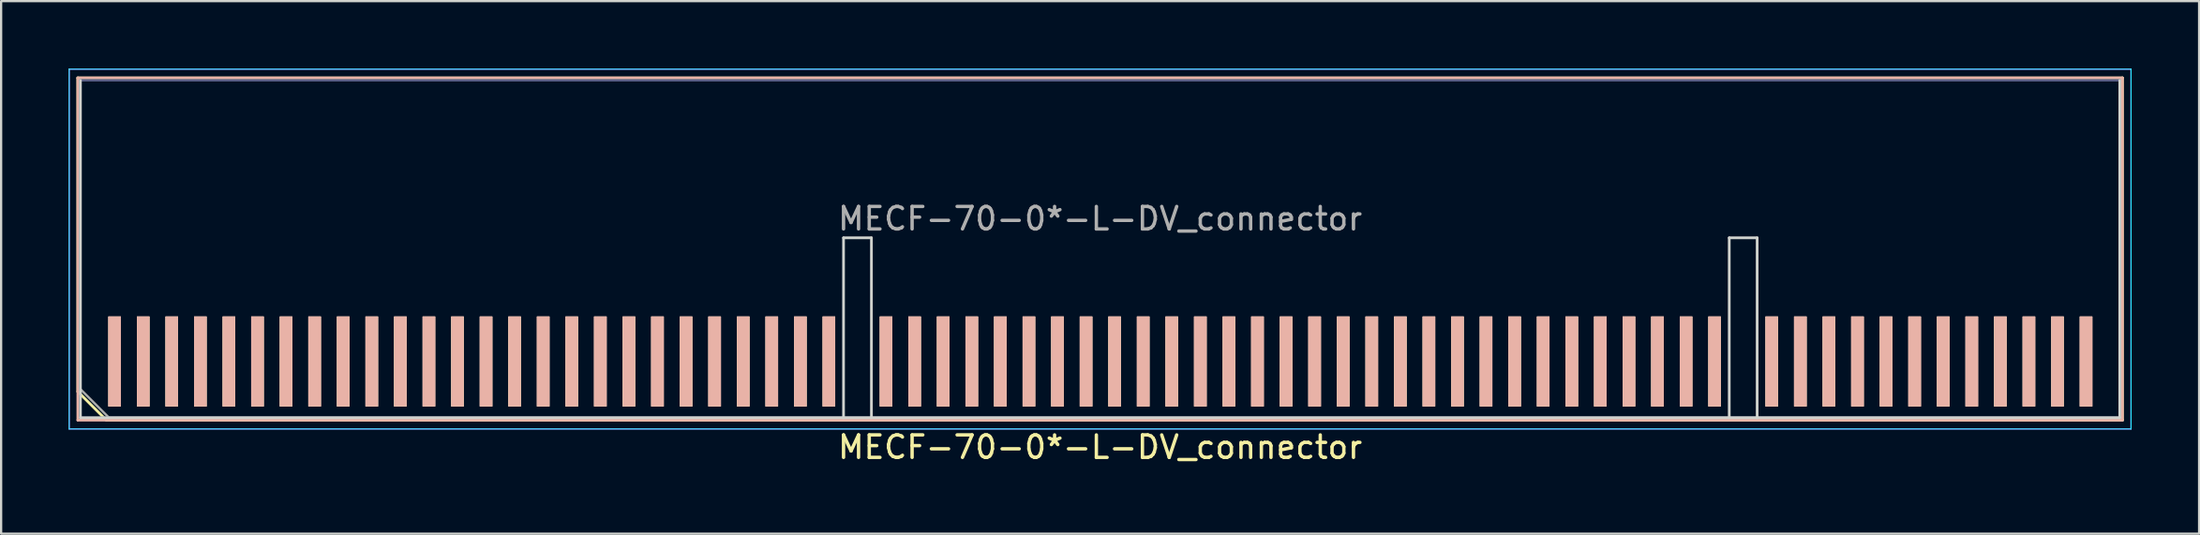
<source format=kicad_pcb>
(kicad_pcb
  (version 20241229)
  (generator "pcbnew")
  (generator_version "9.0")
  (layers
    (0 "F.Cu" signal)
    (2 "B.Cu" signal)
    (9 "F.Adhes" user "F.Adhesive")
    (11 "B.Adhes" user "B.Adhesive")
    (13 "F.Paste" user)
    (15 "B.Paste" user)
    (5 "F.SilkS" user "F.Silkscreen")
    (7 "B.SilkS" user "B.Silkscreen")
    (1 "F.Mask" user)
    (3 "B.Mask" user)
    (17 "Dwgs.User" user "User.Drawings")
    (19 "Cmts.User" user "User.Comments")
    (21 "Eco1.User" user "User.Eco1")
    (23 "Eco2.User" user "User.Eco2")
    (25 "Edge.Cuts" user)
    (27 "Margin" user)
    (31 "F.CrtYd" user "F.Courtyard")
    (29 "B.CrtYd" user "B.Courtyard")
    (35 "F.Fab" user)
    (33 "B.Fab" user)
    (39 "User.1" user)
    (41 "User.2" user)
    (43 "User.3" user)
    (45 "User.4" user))
  (footprint "MECF-70-0*-L-DV_connector"
    (layer "F.Cu")
    (at 45.85 13.025)
    (property "Reference" "MECF-70-0*-L-DV_connector" (at 0 3.81 0) (layer "F.SilkS") (effects (font (size 1 1) (thickness 0.15))))
    (attr smd)
    (fp_line (start -45.44 -12.61) (end 45.44 -12.61) (stroke (width 0.12) (type solid)) (layer "F.SilkS"))
    (fp_line (start -45.44 1.34) (end -45.44 -12.61) (stroke (width 0.12) (type solid)) (layer "F.SilkS"))
    (fp_line (start -44.17 2.61) (end -45.44 1.34) (stroke (width 0.12) (type solid)) (layer "F.SilkS"))
    (fp_line (start -44.17 2.61) (end 45.44 2.61) (stroke (width 0.12) (type solid)) (layer "F.SilkS"))
    (fp_line (start 45.44 2.61) (end 45.44 -12.61) (stroke (width 0.12) (type solid)) (layer "F.SilkS"))
    (fp_line (start -45.44 -12.61) (end 45.44 -12.61) (stroke (width 0.12) (type solid)) (layer "B.SilkS"))
    (fp_line (start -45.44 2.61) (end -45.44 -12.61) (stroke (width 0.12) (type solid)) (layer "B.SilkS"))
    (fp_line (start -45.44 2.61) (end 45.44 2.61) (stroke (width 0.12) (type solid)) (layer "B.SilkS"))
    (fp_line (start 45.44 2.61) (end 45.44 -12.61) (stroke (width 0.12) (type solid)) (layer "B.SilkS"))
    (fp_line (start -45.325 2.5) (end -45.325 -12.5) (stroke (width 0.12) (type solid)) (layer "Edge.Cuts"))
    (fp_line (start -45.325 2.5) (end -11.405 2.5) (stroke (width 0.12) (type solid)) (layer "Edge.Cuts"))
    (fp_line (start -11.405 -5.5) (end -10.165 -5.5) (stroke (width 0.12) (type solid)) (layer "Edge.Cuts"))
    (fp_line (start -11.405 2.5) (end -11.405 -5.5) (stroke (width 0.12) (type solid)) (layer "Edge.Cuts"))
    (fp_line (start -11.405 2.5) (end 29.205 2.5) (stroke (width 0.12) (type solid)) (layer "Edge.Cuts"))
    (fp_line (start -10.165 2.5) (end -10.165 -5.5) (stroke (width 0.12) (type solid)) (layer "Edge.Cuts"))
    (fp_line (start 27.965 -5.5) (end 29.205 -5.5) (stroke (width 0.12) (type solid)) (layer "Edge.Cuts"))
    (fp_line (start 27.965 2.5) (end 27.965 -5.5) (stroke (width 0.12) (type solid)) (layer "Edge.Cuts"))
    (fp_line (start 29.205 2.5) (end 29.205 -5.5) (stroke (width 0.12) (type solid)) (layer "Edge.Cuts"))
    (fp_line (start 29.205 2.5) (end 45.325 2.5) (stroke (width 0.12) (type solid)) (layer "Edge.Cuts"))
    (fp_line (start 45.325 2.5) (end 45.325 -12.5) (stroke (width 0.12) (type solid)) (layer "Edge.Cuts"))
    (fp_line (start -45.825 -13) (end -45.825 3) (stroke (width 0.05) (type solid)) (layer "B.CrtYd"))
    (fp_line (start -45.825 3) (end 45.825 3) (stroke (width 0.05) (type solid)) (layer "B.CrtYd"))
    (fp_line (start 45.825 -13) (end -45.825 -13) (stroke (width 0.05) (type solid)) (layer "B.CrtYd"))
    (fp_line (start 45.825 3) (end 45.825 -13) (stroke (width 0.05) (type solid)) (layer "B.CrtYd"))
    (fp_line (start -45.825 -13) (end -45.825 3) (stroke (width 0.05) (type solid)) (layer "F.CrtYd"))
    (fp_line (start -45.825 3) (end 45.825 3) (stroke (width 0.05) (type solid)) (layer "F.CrtYd"))
    (fp_line (start 45.825 -13) (end -45.825 -13) (stroke (width 0.05) (type solid)) (layer "F.CrtYd"))
    (fp_line (start 45.825 3) (end 45.825 -13) (stroke (width 0.05) (type solid)) (layer "F.CrtYd"))
    (fp_line (start -45.325 -12.5) (end 45.325 -12.5) (stroke (width 0.1) (type solid)) (layer "B.Fab"))
    (fp_line (start -45.325 2.5) (end -45.325 -12.5) (stroke (width 0.1) (type solid)) (layer "B.Fab"))
    (fp_line (start -45.325 2.5) (end 45.325 2.5) (stroke (width 0.1) (type solid)) (layer "B.Fab"))
    (fp_line (start 45.325 2.5) (end 45.325 -12.5) (stroke (width 0.1) (type solid)) (layer "B.Fab"))
    (fp_line (start -45.325 -12.5) (end 45.325 -12.5) (stroke (width 0.1) (type solid)) (layer "F.Fab"))
    (fp_line (start -45.325 1.23) (end -45.325 -12.5) (stroke (width 0.1) (type solid)) (layer "F.Fab"))
    (fp_line (start -45.325 1.23) (end -44.055 2.5) (stroke (width 0.1) (type solid)) (layer "F.Fab"))
    (fp_line (start -44.055 2.5) (end 45.325 2.5) (stroke (width 0.1) (type solid)) (layer "F.Fab"))
    (fp_line (start 45.325 2.5) (end 45.325 -12.5) (stroke (width 0.1) (type solid)) (layer "F.Fab"))
    (fp_text user "${REFERENCE}" (at 0 -6.35 0) (layer "F.Fab") (effects (font (size 1 1) (thickness 0.15))))
    (pad "1" smd rect (at -43.805 0) (size 0.56 4) (layers "F.Cu" "F.Mask" "F.SilkS"))
    (pad "2" smd rect (at -43.805 0) (size 0.56 4) (layers "B.Cu" "B.Mask" "B.SilkS"))
    (pad "3" smd rect (at -42.535 0) (size 0.56 4) (layers "F.Cu" "F.Mask" "F.SilkS"))
    (pad "4" smd rect (at -42.535 0) (size 0.56 4) (layers "B.Cu" "B.Mask" "B.SilkS"))
    (pad "5" smd rect (at -41.265 0) (size 0.56 4) (layers "F.Cu" "F.Mask" "F.SilkS"))
    (pad "6" smd rect (at -41.265 0) (size 0.56 4) (layers "B.Cu" "B.Mask" "B.SilkS"))
    (pad "7" smd rect (at -39.995 0) (size 0.56 4) (layers "F.Cu" "F.Mask" "F.SilkS"))
    (pad "8" smd rect (at -39.995 0) (size 0.56 4) (layers "B.Cu" "B.Mask" "B.SilkS"))
    (pad "9" smd rect (at -38.725 0) (size 0.56 4) (layers "F.Cu" "F.Mask" "F.SilkS"))
    (pad "10" smd rect (at -38.725 0) (size 0.56 4) (layers "B.Cu" "B.Mask" "B.SilkS"))
    (pad "11" smd rect (at -37.455 0) (size 0.56 4) (layers "F.Cu" "F.Mask" "F.SilkS"))
    (pad "12" smd rect (at -37.455 0) (size 0.56 4) (layers "B.Cu" "B.Mask" "B.SilkS"))
    (pad "13" smd rect (at -36.185 0) (size 0.56 4) (layers "F.Cu" "F.Mask" "F.SilkS"))
    (pad "14" smd rect (at -36.185 0) (size 0.56 4) (layers "B.Cu" "B.Mask" "B.SilkS"))
    (pad "15" smd rect (at -34.915 0) (size 0.56 4) (layers "F.Cu" "F.Mask" "F.SilkS"))
    (pad "16" smd rect (at -34.915 0) (size 0.56 4) (layers "B.Cu" "B.Mask" "B.SilkS"))
    (pad "17" smd rect (at -33.645 0) (size 0.56 4) (layers "F.Cu" "F.Mask" "F.SilkS"))
    (pad "18" smd rect (at -33.645 0) (size 0.56 4) (layers "B.Cu" "B.Mask" "B.SilkS"))
    (pad "19" smd rect (at -32.375 0) (size 0.56 4) (layers "F.Cu" "F.Mask" "F.SilkS"))
    (pad "20" smd rect (at -32.375 0) (size 0.56 4) (layers "B.Cu" "B.Mask" "B.SilkS"))
    (pad "21" smd rect (at -31.105 0) (size 0.56 4) (layers "F.Cu" "F.Mask" "F.SilkS"))
    (pad "22" smd rect (at -31.105 0) (size 0.56 4) (layers "B.Cu" "B.Mask" "B.SilkS"))
    (pad "23" smd rect (at -29.835 0) (size 0.56 4) (layers "F.Cu" "F.Mask" "F.SilkS"))
    (pad "24" smd rect (at -29.835 0) (size 0.56 4) (layers "B.Cu" "B.Mask" "B.SilkS"))
    (pad "25" smd rect (at -28.565 0) (size 0.56 4) (layers "F.Cu" "F.Mask" "F.SilkS"))
    (pad "26" smd rect (at -28.565 0) (size 0.56 4) (layers "B.Cu" "B.Mask" "B.SilkS"))
    (pad "27" smd rect (at -27.295 0) (size 0.56 4) (layers "F.Cu" "F.Mask" "F.SilkS"))
    (pad "28" smd rect (at -27.295 0) (size 0.56 4) (layers "B.Cu" "B.Mask" "B.SilkS"))
    (pad "29" smd rect (at -26.025 0) (size 0.56 4) (layers "F.Cu" "F.Mask" "F.SilkS"))
    (pad "30" smd rect (at -26.025 0) (size 0.56 4) (layers "B.Cu" "B.Mask" "B.SilkS"))
    (pad "31" smd rect (at -24.755 0) (size 0.56 4) (layers "F.Cu" "F.Mask" "F.SilkS"))
    (pad "32" smd rect (at -24.755 0) (size 0.56 4) (layers "B.Cu" "B.Mask" "B.SilkS"))
    (pad "33" smd rect (at -23.485 0) (size 0.56 4) (layers "F.Cu" "F.Mask" "F.SilkS"))
    (pad "34" smd rect (at -23.485 0) (size 0.56 4) (layers "B.Cu" "B.Mask" "B.SilkS"))
    (pad "35" smd rect (at -22.215 0) (size 0.56 4) (layers "F.Cu" "F.Mask" "F.SilkS"))
    (pad "36" smd rect (at -22.215 0) (size 0.56 4) (layers "B.Cu" "B.Mask" "B.SilkS"))
    (pad "37" smd rect (at -20.945 0) (size 0.56 4) (layers "F.Cu" "F.Mask" "F.SilkS"))
    (pad "38" smd rect (at -20.945 0) (size 0.56 4) (layers "B.Cu" "B.Mask" "B.SilkS"))
    (pad "39" smd rect (at -19.675 0) (size 0.56 4) (layers "F.Cu" "F.Mask" "F.SilkS"))
    (pad "40" smd rect (at -19.675 0) (size 0.56 4) (layers "B.Cu" "B.Mask" "B.SilkS"))
    (pad "41" smd rect (at -18.405 0) (size 0.56 4) (layers "F.Cu" "F.Mask" "F.SilkS"))
    (pad "42" smd rect (at -18.405 0) (size 0.56 4) (layers "B.Cu" "B.Mask" "B.SilkS"))
    (pad "43" smd rect (at -17.135 0) (size 0.56 4) (layers "F.Cu" "F.Mask" "F.SilkS"))
    (pad "44" smd rect (at -17.135 0) (size 0.56 4) (layers "B.Cu" "B.Mask" "B.SilkS"))
    (pad "45" smd rect (at -15.865 0) (size 0.56 4) (layers "F.Cu" "F.Mask" "F.SilkS"))
    (pad "46" smd rect (at -15.865 0) (size 0.56 4) (layers "B.Cu" "B.Mask" "B.SilkS"))
    (pad "47" smd rect (at -14.595 0) (size 0.56 4) (layers "F.Cu" "F.Mask" "F.SilkS"))
    (pad "48" smd rect (at -14.595 0) (size 0.56 4) (layers "B.Cu" "B.Mask" "B.SilkS"))
    (pad "49" smd rect (at -13.325 0) (size 0.56 4) (layers "F.Cu" "F.Mask" "F.SilkS"))
    (pad "50" smd rect (at -13.325 0) (size 0.56 4) (layers "B.Cu" "B.Mask" "B.SilkS"))
    (pad "51" smd rect (at -12.055 0) (size 0.56 4) (layers "F.Cu" "F.Mask" "F.SilkS"))
    (pad "52" smd rect (at -12.055 0) (size 0.56 4) (layers "B.Cu" "B.Mask" "B.SilkS"))
    (pad "55" smd rect (at -9.515 0) (size 0.56 4) (layers "F.Cu" "F.Mask" "F.SilkS"))
    (pad "56" smd rect (at -9.515 0) (size 0.56 4) (layers "B.Cu" "B.Mask" "B.SilkS"))
    (pad "57" smd rect (at -8.245 0) (size 0.56 4) (layers "F.Cu" "F.Mask" "F.SilkS"))
    (pad "58" smd rect (at -8.245 0) (size 0.56 4) (layers "B.Cu" "B.Mask" "B.SilkS"))
    (pad "59" smd rect (at -6.975 0) (size 0.56 4) (layers "F.Cu" "F.Mask" "F.SilkS"))
    (pad "60" smd rect (at -6.975 0) (size 0.56 4) (layers "B.Cu" "B.Mask" "B.SilkS"))
    (pad "61" smd rect (at -5.705 0) (size 0.56 4) (layers "F.Cu" "F.Mask" "F.SilkS"))
    (pad "62" smd rect (at -5.705 0) (size 0.56 4) (layers "B.Cu" "B.Mask" "B.SilkS"))
    (pad "63" smd rect (at -4.435 0) (size 0.56 4) (layers "F.Cu" "F.Mask" "F.SilkS"))
    (pad "64" smd rect (at -4.435 0) (size 0.56 4) (layers "B.Cu" "B.Mask" "B.SilkS"))
    (pad "65" smd rect (at -3.165 0) (size 0.56 4) (layers "F.Cu" "F.Mask" "F.SilkS"))
    (pad "66" smd rect (at -3.165 0) (size 0.56 4) (layers "B.Cu" "B.Mask" "B.SilkS"))
    (pad "67" smd rect (at -1.895 0) (size 0.56 4) (layers "F.Cu" "F.Mask" "F.SilkS"))
    (pad "68" smd rect (at -1.895 0) (size 0.56 4) (layers "B.Cu" "B.Mask" "B.SilkS"))
    (pad "69" smd rect (at -0.625 0) (size 0.56 4) (layers "F.Cu" "F.Mask" "F.SilkS"))
    (pad "70" smd rect (at -0.625 0) (size 0.56 4) (layers "B.Cu" "B.Mask" "B.SilkS"))
    (pad "71" smd rect (at 0.645 0) (size 0.56 4) (layers "F.Cu" "F.Mask" "F.SilkS"))
    (pad "72" smd rect (at 0.645 0) (size 0.56 4) (layers "B.Cu" "B.Mask" "B.SilkS"))
    (pad "73" smd rect (at 1.915 0) (size 0.56 4) (layers "F.Cu" "F.Mask" "F.SilkS"))
    (pad "74" smd rect (at 1.915 0) (size 0.56 4) (layers "B.Cu" "B.Mask" "B.SilkS"))
    (pad "75" smd rect (at 3.185 0) (size 0.56 4) (layers "F.Cu" "F.Mask" "F.SilkS"))
    (pad "76" smd rect (at 3.185 0) (size 0.56 4) (layers "B.Cu" "B.Mask" "B.SilkS"))
    (pad "77" smd rect (at 4.455 0) (size 0.56 4) (layers "F.Cu" "F.Mask" "F.SilkS"))
    (pad "78" smd rect (at 4.455 0) (size 0.56 4) (layers "B.Cu" "B.Mask" "B.SilkS"))
    (pad "79" smd rect (at 5.725 0) (size 0.56 4) (layers "F.Cu" "F.Mask" "F.SilkS"))
    (pad "80" smd rect (at 5.725 0) (size 0.56 4) (layers "B.Cu" "B.Mask" "B.SilkS"))
    (pad "81" smd rect (at 6.995 0) (size 0.56 4) (layers "F.Cu" "F.Mask" "F.SilkS"))
    (pad "82" smd rect (at 6.995 0) (size 0.56 4) (layers "B.Cu" "B.Mask" "B.SilkS"))
    (pad "83" smd rect (at 8.265 0) (size 0.56 4) (layers "F.Cu" "F.Mask" "F.SilkS"))
    (pad "84" smd rect (at 8.265 0) (size 0.56 4) (layers "B.Cu" "B.Mask" "B.SilkS"))
    (pad "85" smd rect (at 9.535 0) (size 0.56 4) (layers "F.Cu" "F.Mask" "F.SilkS"))
    (pad "86" smd rect (at 9.535 0) (size 0.56 4) (layers "B.Cu" "B.Mask" "B.SilkS"))
    (pad "87" smd rect (at 10.805 0) (size 0.56 4) (layers "F.Cu" "F.Mask" "F.SilkS"))
    (pad "88" smd rect (at 10.805 0) (size 0.56 4) (layers "B.Cu" "B.Mask" "B.SilkS"))
    (pad "89" smd rect (at 12.075 0) (size 0.56 4) (layers "F.Cu" "F.Mask" "F.SilkS"))
    (pad "90" smd rect (at 12.075 0) (size 0.56 4) (layers "B.Cu" "B.Mask" "B.SilkS"))
    (pad "91" smd rect (at 13.345 0) (size 0.56 4) (layers "F.Cu" "F.Mask" "F.SilkS"))
    (pad "92" smd rect (at 13.345 0) (size 0.56 4) (layers "B.Cu" "B.Mask" "B.SilkS"))
    (pad "93" smd rect (at 14.615 0) (size 0.56 4) (layers "F.Cu" "F.Mask" "F.SilkS"))
    (pad "94" smd rect (at 14.615 0) (size 0.56 4) (layers "B.Cu" "B.Mask" "B.SilkS"))
    (pad "95" smd rect (at 15.885 0) (size 0.56 4) (layers "F.Cu" "F.Mask" "F.SilkS"))
    (pad "96" smd rect (at 15.885 0) (size 0.56 4) (layers "B.Cu" "B.Mask" "B.SilkS"))
    (pad "97" smd rect (at 17.155 0) (size 0.56 4) (layers "F.Cu" "F.Mask" "F.SilkS"))
    (pad "98" smd rect (at 17.155 0) (size 0.56 4) (layers "B.Cu" "B.Mask" "B.SilkS"))
    (pad "99" smd rect (at 18.425 0) (size 0.56 4) (layers "F.Cu" "F.Mask" "F.SilkS"))
    (pad "100" smd rect (at 18.425 0) (size 0.56 4) (layers "B.Cu" "B.Mask" "B.SilkS"))
    (pad "101" smd rect (at 19.695 0) (size 0.56 4) (layers "F.Cu" "F.Mask" "F.SilkS"))
    (pad "102" smd rect (at 19.695 0) (size 0.56 4) (layers "B.Cu" "B.Mask" "B.SilkS"))
    (pad "103" smd rect (at 20.965 0) (size 0.56 4) (layers "F.Cu" "F.Mask" "F.SilkS"))
    (pad "104" smd rect (at 20.965 0) (size 0.56 4) (layers "B.Cu" "B.Mask" "B.SilkS"))
    (pad "105" smd rect (at 22.235 0) (size 0.56 4) (layers "F.Cu" "F.Mask" "F.SilkS"))
    (pad "106" smd rect (at 22.235 0) (size 0.56 4) (layers "B.Cu" "B.Mask" "B.SilkS"))
    (pad "107" smd rect (at 23.505 0) (size 0.56 4) (layers "F.Cu" "F.Mask" "F.SilkS"))
    (pad "108" smd rect (at 23.505 0) (size 0.56 4) (layers "B.Cu" "B.Mask" "B.SilkS"))
    (pad "109" smd rect (at 24.775 0) (size 0.56 4) (layers "F.Cu" "F.Mask" "F.SilkS"))
    (pad "110" smd rect (at 24.775 0) (size 0.56 4) (layers "B.Cu" "B.Mask" "B.SilkS"))
    (pad "111" smd rect (at 26.045 0) (size 0.56 4) (layers "F.Cu" "F.Mask" "F.SilkS"))
    (pad "112" smd rect (at 26.045 0) (size 0.56 4) (layers "B.Cu" "B.Mask" "B.SilkS"))
    (pad "113" smd rect (at 27.315 0) (size 0.56 4) (layers "F.Cu" "F.Mask" "F.SilkS"))
    (pad "114" smd rect (at 27.315 0) (size 0.56 4) (layers "B.Cu" "B.Mask" "B.SilkS"))
    (pad "117" smd rect (at 29.855 0) (size 0.56 4) (layers "F.Cu" "F.Mask" "F.SilkS"))
    (pad "118" smd rect (at 29.855 0) (size 0.56 4) (layers "B.Cu" "B.Mask" "B.SilkS"))
    (pad "119" smd rect (at 31.125 0) (size 0.56 4) (layers "F.Cu" "F.Mask" "F.SilkS"))
    (pad "120" smd rect (at 31.125 0) (size 0.56 4) (layers "B.Cu" "B.Mask" "B.SilkS"))
    (pad "121" smd rect (at 32.395 0) (size 0.56 4) (layers "F.Cu" "F.Mask" "F.SilkS"))
    (pad "122" smd rect (at 32.395 0) (size 0.56 4) (layers "B.Cu" "B.Mask" "B.SilkS"))
    (pad "123" smd rect (at 33.665 0) (size 0.56 4) (layers "F.Cu" "F.Mask" "F.SilkS"))
    (pad "124" smd rect (at 33.665 0) (size 0.56 4) (layers "B.Cu" "B.Mask" "B.SilkS"))
    (pad "125" smd rect (at 34.935 0) (size 0.56 4) (layers "F.Cu" "F.Mask" "F.SilkS"))
    (pad "126" smd rect (at 34.935 0) (size 0.56 4) (layers "B.Cu" "B.Mask" "B.SilkS"))
    (pad "127" smd rect (at 36.205 0) (size 0.56 4) (layers "F.Cu" "F.Mask" "F.SilkS"))
    (pad "128" smd rect (at 36.205 0) (size 0.56 4) (layers "B.Cu" "B.Mask" "B.SilkS"))
    (pad "129" smd rect (at 37.475 0) (size 0.56 4) (layers "F.Cu" "F.Mask" "F.SilkS"))
    (pad "130" smd rect (at 37.475 0) (size 0.56 4) (layers "B.Cu" "B.Mask" "B.SilkS"))
    (pad "131" smd rect (at 38.745 0) (size 0.56 4) (layers "F.Cu" "F.Mask" "F.SilkS"))
    (pad "132" smd rect (at 38.745 0) (size 0.56 4) (layers "B.Cu" "B.Mask" "B.SilkS"))
    (pad "133" smd rect (at 40.015 0) (size 0.56 4) (layers "F.Cu" "F.Mask" "F.SilkS"))
    (pad "134" smd rect (at 40.015 0) (size 0.56 4) (layers "B.Cu" "B.Mask" "B.SilkS"))
    (pad "135" smd rect (at 41.285 0) (size 0.56 4) (layers "F.Cu" "F.Mask" "F.SilkS"))
    (pad "136" smd rect (at 41.285 0) (size 0.56 4) (layers "B.Cu" "B.Mask" "B.SilkS"))
    (pad "137" smd rect (at 42.555 0) (size 0.56 4) (layers "F.Cu" "F.Mask" "F.SilkS"))
    (pad "138" smd rect (at 42.555 0) (size 0.56 4) (layers "B.Cu" "B.Mask" "B.SilkS"))
    (pad "139" smd rect (at 43.825 0) (size 0.56 4) (layers "F.Cu" "F.Mask" "F.SilkS"))
    (pad "140" smd rect (at 43.825 0) (size 0.56 4) (layers "B.Cu" "B.Mask" "B.SilkS")))
  (gr_rect
    (start -3 -3)
    (end 94.7 20.683)
    (stroke (width 0.1) (type default))
    (fill no)
    (layer "Edge.Cuts")))
</source>
